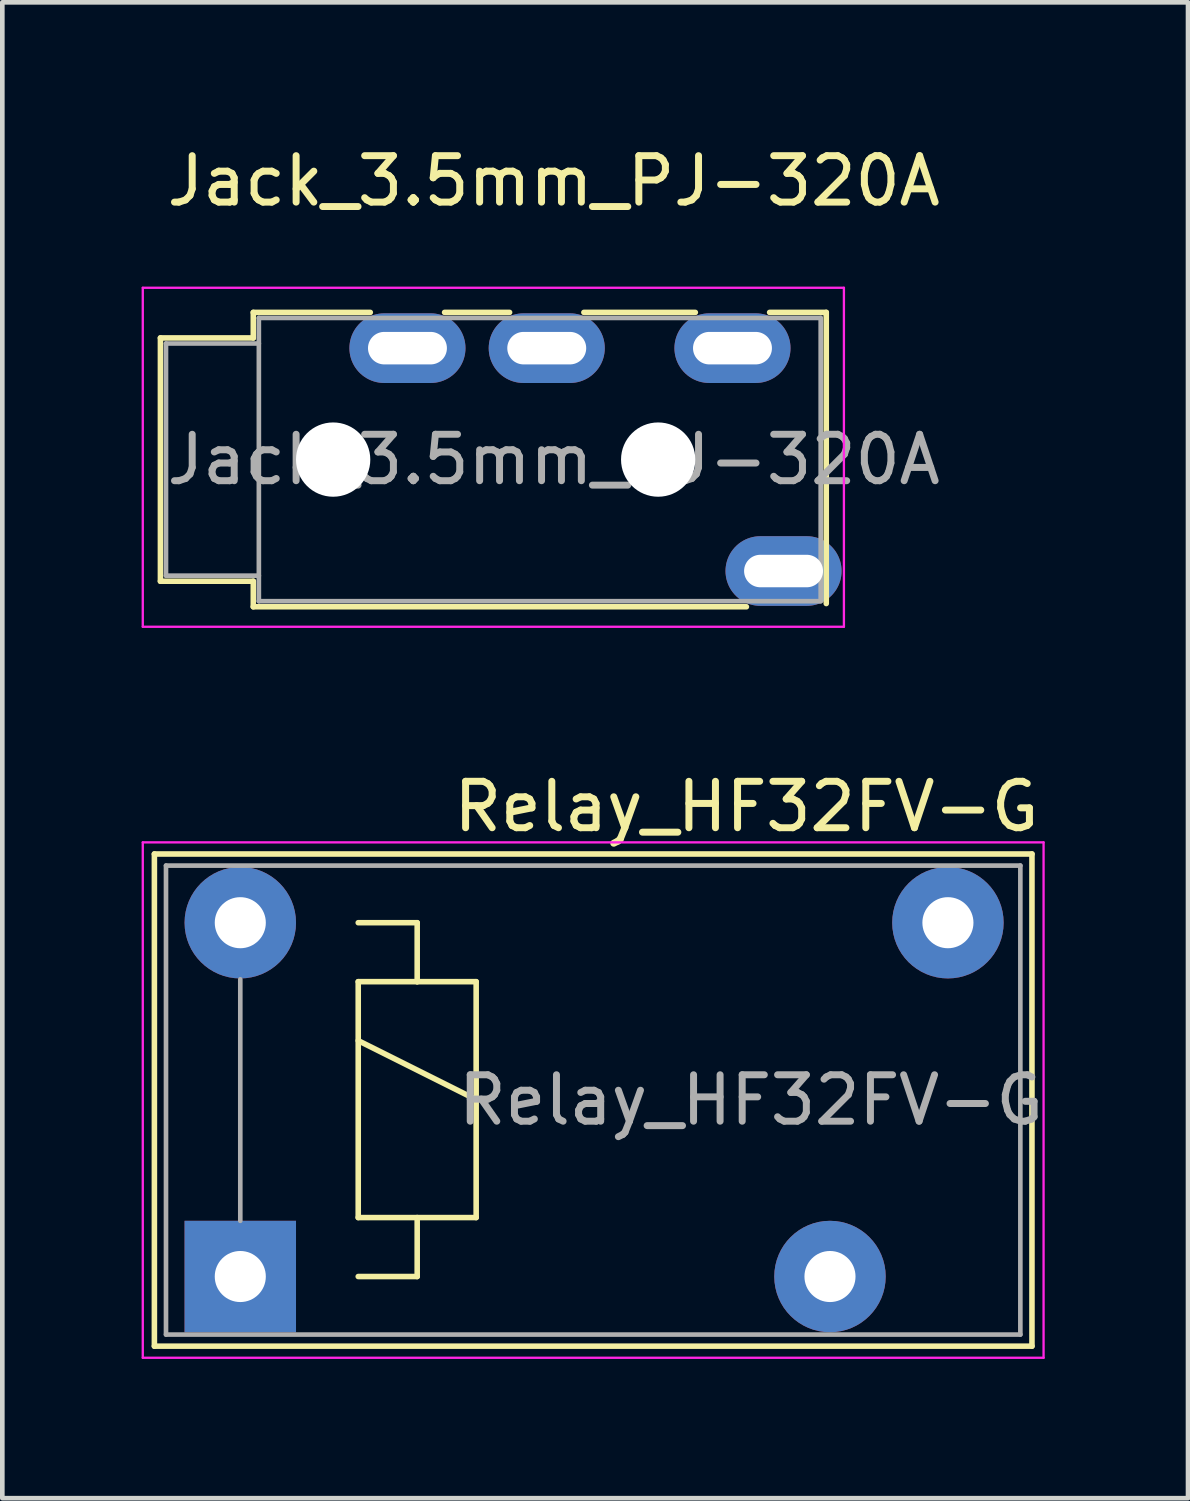
<source format=kicad_pcb>
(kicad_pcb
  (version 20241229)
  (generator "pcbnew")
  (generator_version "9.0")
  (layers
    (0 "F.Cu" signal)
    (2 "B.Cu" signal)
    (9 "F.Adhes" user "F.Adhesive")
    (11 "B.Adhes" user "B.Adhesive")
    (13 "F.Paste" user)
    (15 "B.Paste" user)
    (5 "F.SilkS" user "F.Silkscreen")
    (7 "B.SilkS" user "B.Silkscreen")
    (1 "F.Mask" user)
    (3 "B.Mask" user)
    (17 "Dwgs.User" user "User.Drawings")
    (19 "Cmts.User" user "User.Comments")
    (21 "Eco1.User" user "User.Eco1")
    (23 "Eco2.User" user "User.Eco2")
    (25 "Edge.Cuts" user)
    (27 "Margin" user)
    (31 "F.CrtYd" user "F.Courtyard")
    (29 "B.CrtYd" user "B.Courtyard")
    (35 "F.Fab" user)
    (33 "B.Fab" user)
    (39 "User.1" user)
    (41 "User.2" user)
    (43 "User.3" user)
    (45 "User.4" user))
  (footprint "Jack_3.5mm_PJ-320A"
    (layer "F.Cu")
    (at 8.875 6.848)
    (property "Reference" "Jack_3.5mm_PJ-320A" (at 0 -6 0) (unlocked yes) (layer "F.SilkS") (effects (font (size 1 1) (thickness 0.15))))
    (attr smd)
    (fp_line (start -8.47 -2.62) (end -6.47 -2.62) (stroke (width 0.12) (type solid)) (layer "F.SilkS"))
    (fp_line (start -8.47 2.62) (end -8.47 -2.62) (stroke (width 0.12) (type solid)) (layer "F.SilkS"))
    (fp_line (start -6.47 -3.17) (end -3.95 -3.17) (stroke (width 0.12) (type solid)) (layer "F.SilkS"))
    (fp_line (start -6.47 -2.62) (end -6.47 -3.17) (stroke (width 0.12) (type solid)) (layer "F.SilkS"))
    (fp_line (start -6.47 2.62) (end -8.47 2.62) (stroke (width 0.12) (type solid)) (layer "F.SilkS"))
    (fp_line (start -6.47 3.17) (end -6.47 2.62) (stroke (width 0.12) (type solid)) (layer "F.SilkS"))
    (fp_line (start -2.35 -3.17) (end -0.95 -3.17) (stroke (width 0.12) (type solid)) (layer "F.SilkS"))
    (fp_line (start 0.65 -3.17) (end 3.05 -3.17) (stroke (width 0.12) (type solid)) (layer "F.SilkS"))
    (fp_line (start 4.15 3.17) (end -6.47 3.17) (stroke (width 0.12) (type solid)) (layer "F.SilkS"))
    (fp_line (start 5.87 -3.17) (end 4.65 -3.17) (stroke (width 0.12) (type solid)) (layer "F.SilkS"))
    (fp_line (start 5.87 -3.17) (end 5.87 3.1) (stroke (width 0.12) (type solid)) (layer "F.SilkS"))
    (fp_line (start -8.85 -3.7) (end -8.85 3.6) (stroke (width 0.05) (type solid)) (layer "F.CrtYd"))
    (fp_line (start -8.85 3.6) (end 6.25 3.6) (stroke (width 0.05) (type solid)) (layer "F.CrtYd"))
    (fp_line (start 6.25 -3.7) (end -8.85 -3.7) (stroke (width 0.05) (type solid)) (layer "F.CrtYd"))
    (fp_line (start 6.25 3.6) (end 6.25 -3.7) (stroke (width 0.05) (type solid)) (layer "F.CrtYd"))
    (fp_line (start -8.35 -2.5) (end -6.35 -2.5) (stroke (width 0.1) (type solid)) (layer "F.Fab"))
    (fp_line (start -8.35 2.5) (end -8.35 -2.5) (stroke (width 0.1) (type solid)) (layer "F.Fab"))
    (fp_line (start -6.35 -3.05) (end 5.75 -3.05) (stroke (width 0.1) (type solid)) (layer "F.Fab"))
    (fp_line (start -6.35 2.5) (end -8.35 2.5) (stroke (width 0.1) (type solid)) (layer "F.Fab"))
    (fp_line (start -6.35 3.05) (end -6.35 -3.05) (stroke (width 0.1) (type solid)) (layer "F.Fab"))
    (fp_line (start 5.75 -3.05) (end 5.75 3.05) (stroke (width 0.1) (type solid)) (layer "F.Fab"))
    (fp_line (start 5.75 3.05) (end -6.35 3.05) (stroke (width 0.1) (type solid)) (layer "F.Fab"))
    (fp_text user "${REFERENCE}" (at 0 0 0) (unlocked yes) (layer "F.Fab") (effects (font (size 1 1) (thickness 0.15))))
    (pad "" np_thru_hole circle (at -4.75 0) (size 1.6 1.6) (drill 1.6) (layers "*.Cu" "*.Mask"))
    (pad "" np_thru_hole circle (at 2.25 0) (size 1.6 1.6) (drill 1.6) (layers "*.Cu" "*.Mask"))
    (pad "R1" thru_hole oval (at -0.15 -2.4) (size 2.5 1.5) (drill oval 1.7 0.7) (layers "*.Cu" "*.Mask"))
    (pad "R2" thru_hole oval (at -3.15 -2.4) (size 2.5 1.5) (drill oval 1.7 0.7) (layers "*.Cu" "*.Mask"))
    (pad "S" thru_hole oval (at 4.95 2.4) (size 2.5 1.5) (drill oval 1.7 0.7) (layers "*.Cu" "*.Mask"))
    (pad "T" thru_hole oval (at 3.85 -2.4) (size 2.5 1.5) (drill oval 1.7 0.7) (layers "*.Cu" "*.Mask")))
  (footprint "Relay_HF32FV-G"
    (layer "F.Cu")
    (at 2.125 24.442)
    (property "Reference" "Relay_HF32FV-G" (at 10.9 -10.12 0) (layer "F.SilkS") (effects (font (size 1 1) (thickness 0.15))))
    (attr through_hole)
    (fp_line (start -1.85 -9.1) (end 17.05 -9.1) (stroke (width 0.12) (type solid)) (layer "F.SilkS"))
    (fp_line (start -1.85 1.5) (end -1.85 -9.1) (stroke (width 0.12) (type solid)) (layer "F.SilkS"))
    (fp_line (start 2.54 -7.62) (end 3.81 -7.62) (stroke (width 0.12) (type solid)) (layer "F.SilkS"))
    (fp_line (start 2.54 -6.35) (end 3.81 -6.35) (stroke (width 0.12) (type solid)) (layer "F.SilkS"))
    (fp_line (start 2.54 -5.08) (end 5.08 -3.81) (stroke (width 0.12) (type solid)) (layer "F.SilkS"))
    (fp_line (start 2.54 -1.27) (end 2.54 -6.35) (stroke (width 0.12) (type solid)) (layer "F.SilkS"))
    (fp_line (start 3.81 -7.62) (end 3.81 -6.35) (stroke (width 0.12) (type solid)) (layer "F.SilkS"))
    (fp_line (start 3.81 -6.35) (end 5.08 -6.35) (stroke (width 0.12) (type solid)) (layer "F.SilkS"))
    (fp_line (start 3.81 -1.27) (end 3.81 0) (stroke (width 0.12) (type solid)) (layer "F.SilkS"))
    (fp_line (start 3.81 0) (end 2.54 0) (stroke (width 0.12) (type solid)) (layer "F.SilkS"))
    (fp_line (start 5.08 -6.35) (end 5.08 -1.27) (stroke (width 0.12) (type solid)) (layer "F.SilkS"))
    (fp_line (start 5.08 -1.27) (end 2.54 -1.27) (stroke (width 0.12) (type solid)) (layer "F.SilkS"))
    (fp_line (start 17.05 -9.1) (end 17.05 1.5) (stroke (width 0.12) (type solid)) (layer "F.SilkS"))
    (fp_line (start 17.05 1.5) (end -1.85 1.5) (stroke (width 0.12) (type solid)) (layer "F.SilkS"))
    (fp_line (start -2.1 -9.35) (end -2.1 1.75) (stroke (width 0.05) (type solid)) (layer "F.CrtYd"))
    (fp_line (start -2.1 1.75) (end 17.3 1.75) (stroke (width 0.05) (type solid)) (layer "F.CrtYd"))
    (fp_line (start 17.3 -9.35) (end -2.1 -9.35) (stroke (width 0.05) (type solid)) (layer "F.CrtYd"))
    (fp_line (start 17.3 1.75) (end 17.3 -9.35) (stroke (width 0.05) (type solid)) (layer "F.CrtYd"))
    (fp_line (start -1.6 -8.85) (end 16.8 -8.85) (stroke (width 0.1) (type solid)) (layer "F.Fab"))
    (fp_line (start -1.6 1.25) (end -1.6 -8.85) (stroke (width 0.1) (type solid)) (layer "F.Fab"))
    (fp_line (start 0 -6.4) (end 0 -1.2) (stroke (width 0.1) (type solid)) (layer "F.Fab"))
    (fp_line (start 16.8 -8.85) (end 16.8 1.25) (stroke (width 0.1) (type solid)) (layer "F.Fab"))
    (fp_line (start 16.8 1.25) (end -1.6 1.25) (stroke (width 0.1) (type solid)) (layer "F.Fab"))
    (fp_text user "${REFERENCE}" (at 11 -3.8 0) (layer "F.Fab") (effects (font (size 1 1) (thickness 0.15))))
    (pad "13" thru_hole circle (at 12.7 0) (size 2.4 2.4) (drill 1.1) (layers "*.Cu" "*.Mask"))
    (pad "14" thru_hole circle (at 15.24 -7.62) (size 2.4 2.4) (drill 1.1) (layers "*.Cu" "*.Mask"))
    (pad "A1" thru_hole rect (at 0 0) (size 2.4 2.4) (drill 1.1) (layers "*.Cu" "*.Mask"))
    (pad "A2" thru_hole circle (at 0 -7.62) (size 2.4 2.4) (drill 1.1) (layers "*.Cu" "*.Mask")))
  (gr_rect
    (start -3 -3)
    (end 22.536 29.216)
    (stroke (width 0.1) (type default))
    (fill no)
    (layer "Edge.Cuts")))
</source>
